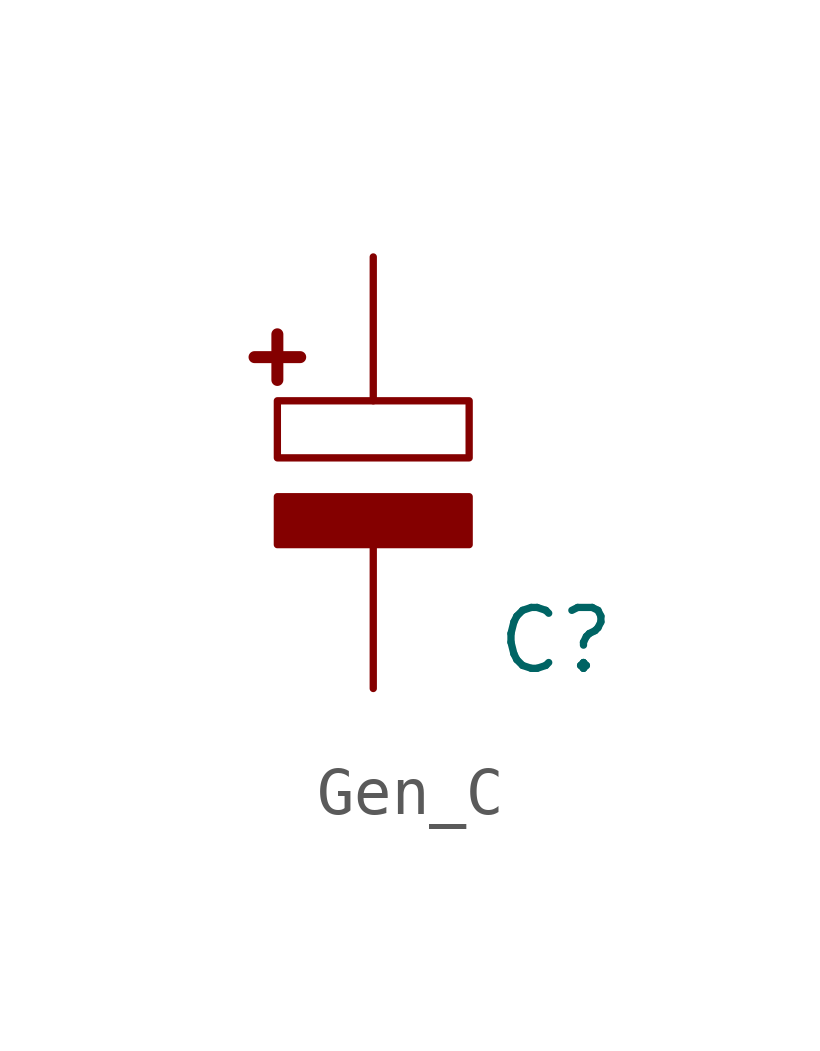
<source format=kicad_sym>
(kicad_symbol_lib
  (version 20220914)
  (generator kicad_symbol_editor)
  (symbol "Gen_C"
    (pin_numbers hide)
    (pin_names hide)
    (property "Reference" "C"
      (at 3.81 0 0)
      (effects (font (size 1.27 1.27))))
    (property "Value" ""
      (at 0 0 0)
      (effects (font (size 1.27 1.27))))
    (symbol "Gen_C_0_1"
      (rectangle (start -2 3) (end 2 2) (stroke (width 0) (type default)) (fill (type outline)))
      (rectangle (start -2 5) (end 2 3.81) (stroke (width 0) (type default)) (fill (type none)))
      (text "+" (at -2 6 0) (effects (font (size 1.25 1.25) bold))))
    (symbol "Gen_C_1_1"
      (pin passive line (at 0 8 270) (length 3) (name "~" (effects (font (size 1.27 1.27)))) (number "1" (effects (font (size 1.27 1.27)))))
      (pin passive line (at 0 -1 90) (length 3) (name "~" (effects (font (size 1.27 1.27)))) (number "2" (effects (font (size 1.27 1.27))))))))
</source>
